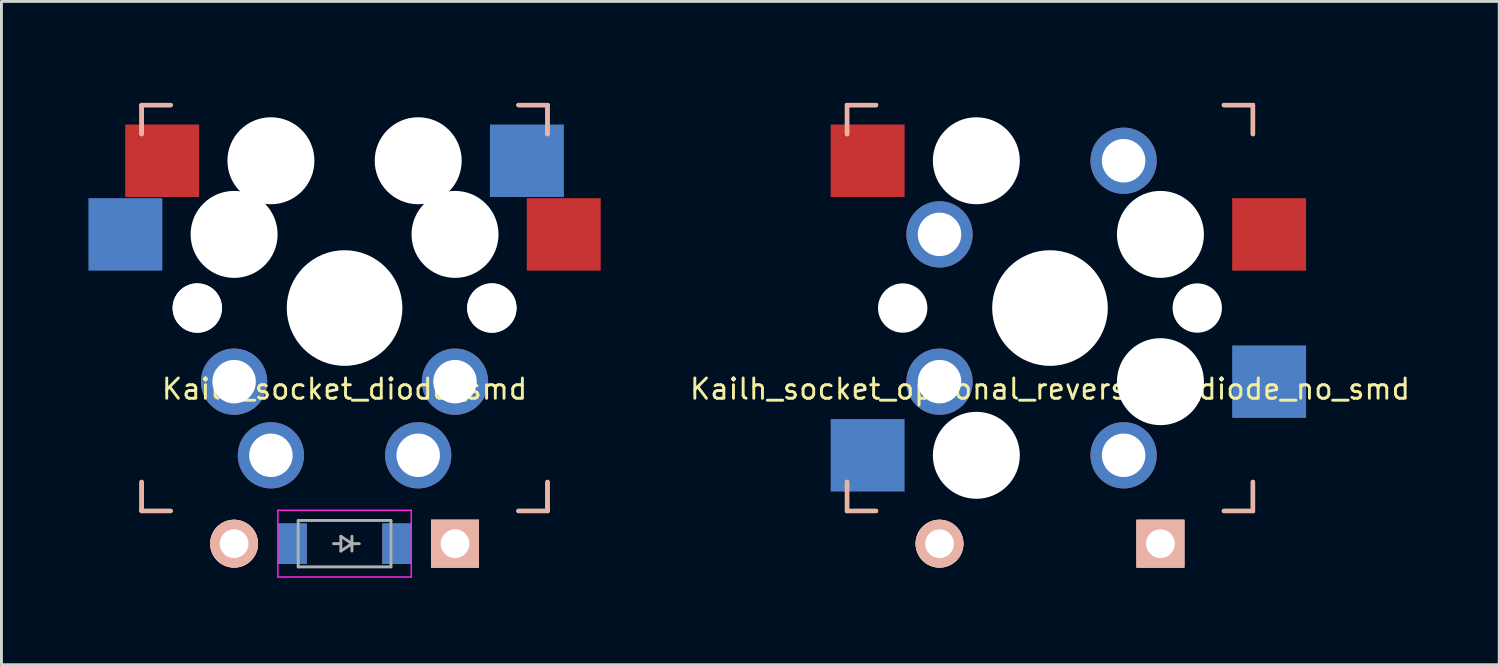
<source format=kicad_pcb>
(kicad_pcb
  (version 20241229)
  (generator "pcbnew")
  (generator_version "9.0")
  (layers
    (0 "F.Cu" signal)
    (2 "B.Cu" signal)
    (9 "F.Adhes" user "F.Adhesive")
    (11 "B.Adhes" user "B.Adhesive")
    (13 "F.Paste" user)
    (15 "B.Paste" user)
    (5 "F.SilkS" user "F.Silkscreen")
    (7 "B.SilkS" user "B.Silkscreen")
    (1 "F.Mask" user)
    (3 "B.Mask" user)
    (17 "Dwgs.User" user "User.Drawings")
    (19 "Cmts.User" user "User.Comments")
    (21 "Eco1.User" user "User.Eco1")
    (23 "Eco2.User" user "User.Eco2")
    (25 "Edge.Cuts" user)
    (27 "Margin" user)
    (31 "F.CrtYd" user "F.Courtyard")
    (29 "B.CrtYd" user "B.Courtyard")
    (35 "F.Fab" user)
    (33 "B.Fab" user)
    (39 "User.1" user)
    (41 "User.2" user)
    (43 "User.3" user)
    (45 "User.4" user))
  (footprint "Kailh_socket_diode_smd"
    (layer "F.Cu")
    (at 8.835 7.575)
    (property "Reference" "Kailh_socket_diode_smd" (at 0 2.794 0) (layer "F.SilkS") (effects (font (size 0.7 0.7) (thickness 0.1))))
    (attr through_hole)
    (fp_line (start -7 -7) (end -6 -7) (stroke (width 0.15) (type solid)) (layer "F.SilkS"))
    (fp_line (start -7 -6) (end -7 -7) (stroke (width 0.15) (type solid)) (layer "F.SilkS"))
    (fp_line (start -7 7) (end -7 6) (stroke (width 0.15) (type solid)) (layer "F.SilkS"))
    (fp_line (start -6 7) (end -7 7) (stroke (width 0.15) (type solid)) (layer "F.SilkS"))
    (fp_line (start 6 -7) (end 7 -7) (stroke (width 0.15) (type solid)) (layer "F.SilkS"))
    (fp_line (start 7 -7) (end 7 -6) (stroke (width 0.15) (type solid)) (layer "F.SilkS"))
    (fp_line (start 7 6) (end 7 7) (stroke (width 0.15) (type solid)) (layer "F.SilkS"))
    (fp_line (start 7 7) (end 6 7) (stroke (width 0.15) (type solid)) (layer "F.SilkS"))
    (fp_line (start -7 -7) (end -6 -7) (stroke (width 0.15) (type solid)) (layer "B.SilkS"))
    (fp_line (start -7 -6) (end -7 -7) (stroke (width 0.15) (type solid)) (layer "B.SilkS"))
    (fp_line (start -7 7) (end -7 6) (stroke (width 0.15) (type solid)) (layer "B.SilkS"))
    (fp_line (start -6 7) (end -7 7) (stroke (width 0.15) (type solid)) (layer "B.SilkS"))
    (fp_line (start 6 -7) (end 7 -7) (stroke (width 0.15) (type solid)) (layer "B.SilkS"))
    (fp_line (start 7 -7) (end 7 -6) (stroke (width 0.15) (type solid)) (layer "B.SilkS"))
    (fp_line (start 7 6) (end 7 7) (stroke (width 0.15) (type solid)) (layer "B.SilkS"))
    (fp_line (start 7 7) (end 6 7) (stroke (width 0.15) (type solid)) (layer "B.SilkS"))
    (fp_line (start -7.5 -7.5) (end 7.5 -7.5) (stroke (width 0.15) (type solid)) (layer "Eco2.User"))
    (fp_line (start -7.5 7.5) (end -7.5 -7.5) (stroke (width 0.15) (type solid)) (layer "Eco2.User"))
    (fp_line (start -6.9 6.9) (end -6.9 -6.9) (stroke (width 0.15) (type solid)) (layer "Eco2.User"))
    (fp_line (start -6.9 6.9) (end 6.9 6.9) (stroke (width 0.15) (type solid)) (layer "Eco2.User"))
    (fp_line (start 6.9 -6.9) (end -6.9 -6.9) (stroke (width 0.15) (type solid)) (layer "Eco2.User"))
    (fp_line (start 6.9 -6.9) (end 6.9 6.9) (stroke (width 0.15) (type solid)) (layer "Eco2.User"))
    (fp_line (start 7.5 -7.5) (end -7.5 -7.5) (stroke (width 0.15) (type solid)) (layer "Eco2.User"))
    (fp_line (start 7.5 -7.5) (end 7.5 7.5) (stroke (width 0.15) (type solid)) (layer "Eco2.User"))
    (fp_line (start 7.5 7.5) (end -7.5 7.5) (stroke (width 0.15) (type solid)) (layer "Eco2.User"))
    (fp_line (start -2.3 6.978) (end -2.3 9.278) (stroke (width 0.05) (type solid)) (layer "F.CrtYd"))
    (fp_line (start -2.3 6.978) (end 2.3 6.978) (stroke (width 0.05) (type solid)) (layer "F.CrtYd"))
    (fp_line (start -2.3 9.278) (end 2.3 9.278) (stroke (width 0.05) (type solid)) (layer "F.CrtYd"))
    (fp_line (start 2.3 6.978) (end 2.3 9.278) (stroke (width 0.05) (type solid)) (layer "F.CrtYd"))
    (fp_line (start -1.6 7.328) (end 1.6 7.328) (stroke (width 0.1) (type solid)) (layer "F.Fab"))
    (fp_line (start -1.6 8.928) (end -1.6 7.328) (stroke (width 0.1) (type solid)) (layer "F.Fab"))
    (fp_line (start -0.127 7.874) (end 0.254 8.128) (stroke (width 0.1) (type solid)) (layer "F.Fab"))
    (fp_line (start -0.127 8.128) (end -0.381 8.128) (stroke (width 0.1) (type solid)) (layer "F.Fab"))
    (fp_line (start -0.127 8.382) (end -0.127 7.874) (stroke (width 0.1) (type solid)) (layer "F.Fab"))
    (fp_line (start 0.254 8.128) (end -0.127 8.382) (stroke (width 0.1) (type solid)) (layer "F.Fab"))
    (fp_line (start 0.254 8.128) (end 0.508 8.128) (stroke (width 0.1) (type solid)) (layer "F.Fab"))
    (fp_line (start 0.254 8.382) (end 0.254 7.874) (stroke (width 0.1) (type solid)) (layer "F.Fab"))
    (fp_line (start 1.6 7.328) (end 1.6 8.928) (stroke (width 0.1) (type solid)) (layer "F.Fab"))
    (fp_line (start 1.6 8.928) (end -1.6 8.928) (stroke (width 0.1) (type solid)) (layer "F.Fab"))
    (pad "" np_thru_hole circle (at -5.08 0) (size 1.702 1.702) (drill 1.702) (layers "*.Cu" "*.Mask"))
    (pad "" np_thru_hole circle (at -5.08 0) (size 1.702 1.702) (drill 1.702) (layers "*.Cu" "*.Mask"))
    (pad "" np_thru_hole circle (at -3.81 -2.54) (size 3 3) (drill 3) (layers "*.Cu" "*.Mask"))
    (pad "" np_thru_hole circle (at -2.54 -5.08 90) (size 3 3) (drill 3) (layers "*.Cu" "*.Mask"))
    (pad "" np_thru_hole circle (at 0 0) (size 3.988 3.988) (drill 3.988) (layers "*.Cu" "*.Mask"))
    (pad "" np_thru_hole circle (at 2.54 -5.08) (size 3 3) (drill 3) (layers "*.Cu" "*.Mask"))
    (pad "" np_thru_hole circle (at 3.81 -2.54) (size 3 3) (drill 3) (layers "*.Cu" "*.Mask"))
    (pad "" np_thru_hole circle (at 5.08 0) (size 1.702 1.702) (drill 1.702) (layers "*.Cu" "*.Mask"))
    (pad "" np_thru_hole circle (at 5.08 0) (size 1.702 1.702) (drill 1.702) (layers "*.Cu" "*.Mask"))
    (pad "1" thru_hole circle (at 2.54 5.08) (size 2.286 2.286) (drill 1.499) (layers "*.Cu" "*.Mask"))
    (pad "1" thru_hole circle (at 3.81 2.54) (size 2.286 2.286) (drill 1.499) (layers "*.Cu" "*.Mask"))
    (pad "1" smd rect (at 6.29 -5.08) (size 2.55 2.5) (layers "B.Cu" "B.Mask" "B.Paste"))
    (pad "1" smd rect (at 7.56 -2.54) (size 2.55 2.5) (layers "F.Cu" "F.Mask" "F.Paste"))
    (pad "2" smd rect (at -7.56 -2.54) (size 2.55 2.5) (layers "B.Cu" "B.Mask" "B.Paste"))
    (pad "2" smd rect (at -6.29 -5.08) (size 2.55 2.5) (layers "F.Cu" "F.Mask" "F.Paste"))
    (pad "2" thru_hole circle (at -3.81 2.54) (size 2.286 2.286) (drill 1.499) (layers "*.Cu" "*.Mask"))
    (pad "2" thru_hole circle (at -2.54 5.08) (size 2.286 2.286) (drill 1.499) (layers "*.Cu" "*.Mask"))
    (pad "3" thru_hole circle (at -3.81 8.128) (size 1.651 1.651) (drill 0.991) (layers "*.Cu" "*.SilkS" "*.Mask"))
    (pad "3" smd rect (at -1.8 8.128) (size 1 1.4) (layers "F.Cu" "F.Mask" "F.Paste"))
    (pad "3" smd rect (at -1.8 8.128) (size 1 1.4) (layers "B.Cu" "B.Mask" "B.Paste"))
    (pad "4" smd rect (at 1.8 8.128) (size 1 1.4) (layers "F.Cu" "F.Mask" "F.Paste"))
    (pad "4" smd rect (at 1.8 8.128) (size 1 1.4) (layers "B.Cu" "B.Mask" "B.Paste"))
    (pad "4" thru_hole rect (at 3.81 8.128) (size 1.651 1.651) (drill 0.991) (layers "*.Cu" "*.SilkS" "*.Mask")))
  (footprint "Kailh_socket_optional_reversible_diode_no_smd"
    (layer "F.Cu")
    (at 33.167 7.575)
    (property "Reference" "Kailh_socket_optional_reversible_diode_no_smd" (at 0 2.794 0) (layer "F.SilkS") (effects (font (size 0.7 0.7) (thickness 0.1))))
    (attr through_hole)
    (fp_line (start -7 -7) (end -6 -7) (stroke (width 0.15) (type solid)) (layer "F.SilkS"))
    (fp_line (start -7 -6) (end -7 -7) (stroke (width 0.15) (type solid)) (layer "F.SilkS"))
    (fp_line (start -7 7) (end -7 6) (stroke (width 0.15) (type solid)) (layer "F.SilkS"))
    (fp_line (start -6 7) (end -7 7) (stroke (width 0.15) (type solid)) (layer "F.SilkS"))
    (fp_line (start 6 -7) (end 7 -7) (stroke (width 0.15) (type solid)) (layer "F.SilkS"))
    (fp_line (start 7 -7) (end 7 -6) (stroke (width 0.15) (type solid)) (layer "F.SilkS"))
    (fp_line (start 7 6) (end 7 7) (stroke (width 0.15) (type solid)) (layer "F.SilkS"))
    (fp_line (start 7 7) (end 6 7) (stroke (width 0.15) (type solid)) (layer "F.SilkS"))
    (fp_line (start -7 -7) (end -6 -7) (stroke (width 0.15) (type solid)) (layer "B.SilkS"))
    (fp_line (start -7 -6) (end -7 -7) (stroke (width 0.15) (type solid)) (layer "B.SilkS"))
    (fp_line (start -7 7) (end -7 6) (stroke (width 0.15) (type solid)) (layer "B.SilkS"))
    (fp_line (start -6 7) (end -7 7) (stroke (width 0.15) (type solid)) (layer "B.SilkS"))
    (fp_line (start 6 -7) (end 7 -7) (stroke (width 0.15) (type solid)) (layer "B.SilkS"))
    (fp_line (start 7 -7) (end 7 -6) (stroke (width 0.15) (type solid)) (layer "B.SilkS"))
    (fp_line (start 7 6) (end 7 7) (stroke (width 0.15) (type solid)) (layer "B.SilkS"))
    (fp_line (start 7 7) (end 6 7) (stroke (width 0.15) (type solid)) (layer "B.SilkS"))
    (fp_line (start -7.5 -7.5) (end 7.5 -7.5) (stroke (width 0.15) (type solid)) (layer "Eco2.User"))
    (fp_line (start -7.5 7.5) (end -7.5 -7.5) (stroke (width 0.15) (type solid)) (layer "Eco2.User"))
    (fp_line (start -6.9 6.9) (end -6.9 -6.9) (stroke (width 0.15) (type solid)) (layer "Eco2.User"))
    (fp_line (start -6.9 6.9) (end 6.9 6.9) (stroke (width 0.15) (type solid)) (layer "Eco2.User"))
    (fp_line (start 6.9 -6.9) (end -6.9 -6.9) (stroke (width 0.15) (type solid)) (layer "Eco2.User"))
    (fp_line (start 6.9 -6.9) (end 6.9 6.9) (stroke (width 0.15) (type solid)) (layer "Eco2.User"))
    (fp_line (start 7.5 -7.5) (end 7.5 7.5) (stroke (width 0.15) (type solid)) (layer "Eco2.User"))
    (fp_line (start 7.5 7.5) (end -7.5 7.5) (stroke (width 0.15) (type solid)) (layer "Eco2.User"))
    (pad "" np_thru_hole circle (at -5.08 0) (size 1.702 1.702) (drill 1.702) (layers "*.Cu" "*.Mask"))
    (pad "" np_thru_hole circle (at -2.54 -5.08) (size 3 3) (drill 3) (layers "*.Cu" "*.Mask"))
    (pad "" np_thru_hole circle (at -2.54 5.08) (size 3 3) (drill 3) (layers "*.Cu" "*.Mask"))
    (pad "" np_thru_hole circle (at 0 0) (size 3.988 3.988) (drill 3.988) (layers "*.Cu" "*.Mask"))
    (pad "" np_thru_hole circle (at 3.81 -2.54) (size 3 3) (drill 3) (layers "*.Cu" "*.Mask"))
    (pad "" np_thru_hole circle (at 3.81 2.54) (size 3 3) (drill 3) (layers "*.Cu" "*.Mask"))
    (pad "" np_thru_hole circle (at 5.08 0) (size 1.702 1.702) (drill 1.702) (layers "*.Cu" "*.Mask"))
    (pad "1" thru_hole circle (at 2.54 -5.08) (size 2.286 2.286) (drill 1.499) (layers "*.Cu" "*.Mask"))
    (pad "1" thru_hole circle (at 2.54 5.08) (size 2.286 2.286) (drill 1.499) (layers "*.Cu" "*.Mask"))
    (pad "1" smd rect (at 7.56 -2.54) (size 2.55 2.5) (layers "F.Cu" "F.Mask" "F.Paste"))
    (pad "1" smd rect (at 7.56 2.54) (size 2.55 2.5) (layers "B.Cu" "B.Mask" "B.Paste"))
    (pad "2" smd rect (at -6.29 -5.08) (size 2.55 2.5) (layers "F.Cu" "F.Mask" "F.Paste"))
    (pad "2" smd rect (at -6.29 5.08) (size 2.55 2.5) (layers "B.Cu" "B.Mask" "B.Paste"))
    (pad "2" thru_hole circle (at -3.81 -2.54) (size 2.286 2.286) (drill 1.499) (layers "*.Cu" "*.Mask"))
    (pad "2" thru_hole circle (at -3.81 2.54) (size 2.286 2.286) (drill 1.499) (layers "*.Cu" "*.Mask"))
    (pad "3" thru_hole circle (at -3.81 8.128) (size 1.651 1.651) (drill 0.991) (layers "*.Cu" "*.SilkS" "*.Mask"))
    (pad "4" thru_hole rect (at 3.81 8.128) (size 1.651 1.651) (drill 0.991) (layers "*.Cu" "*.SilkS" "*.Mask")))
  (gr_rect
    (start -3 -3)
    (end 48.663 19.878)
    (stroke (width 0.1) (type default))
    (fill no)
    (layer "Edge.Cuts")))
</source>
